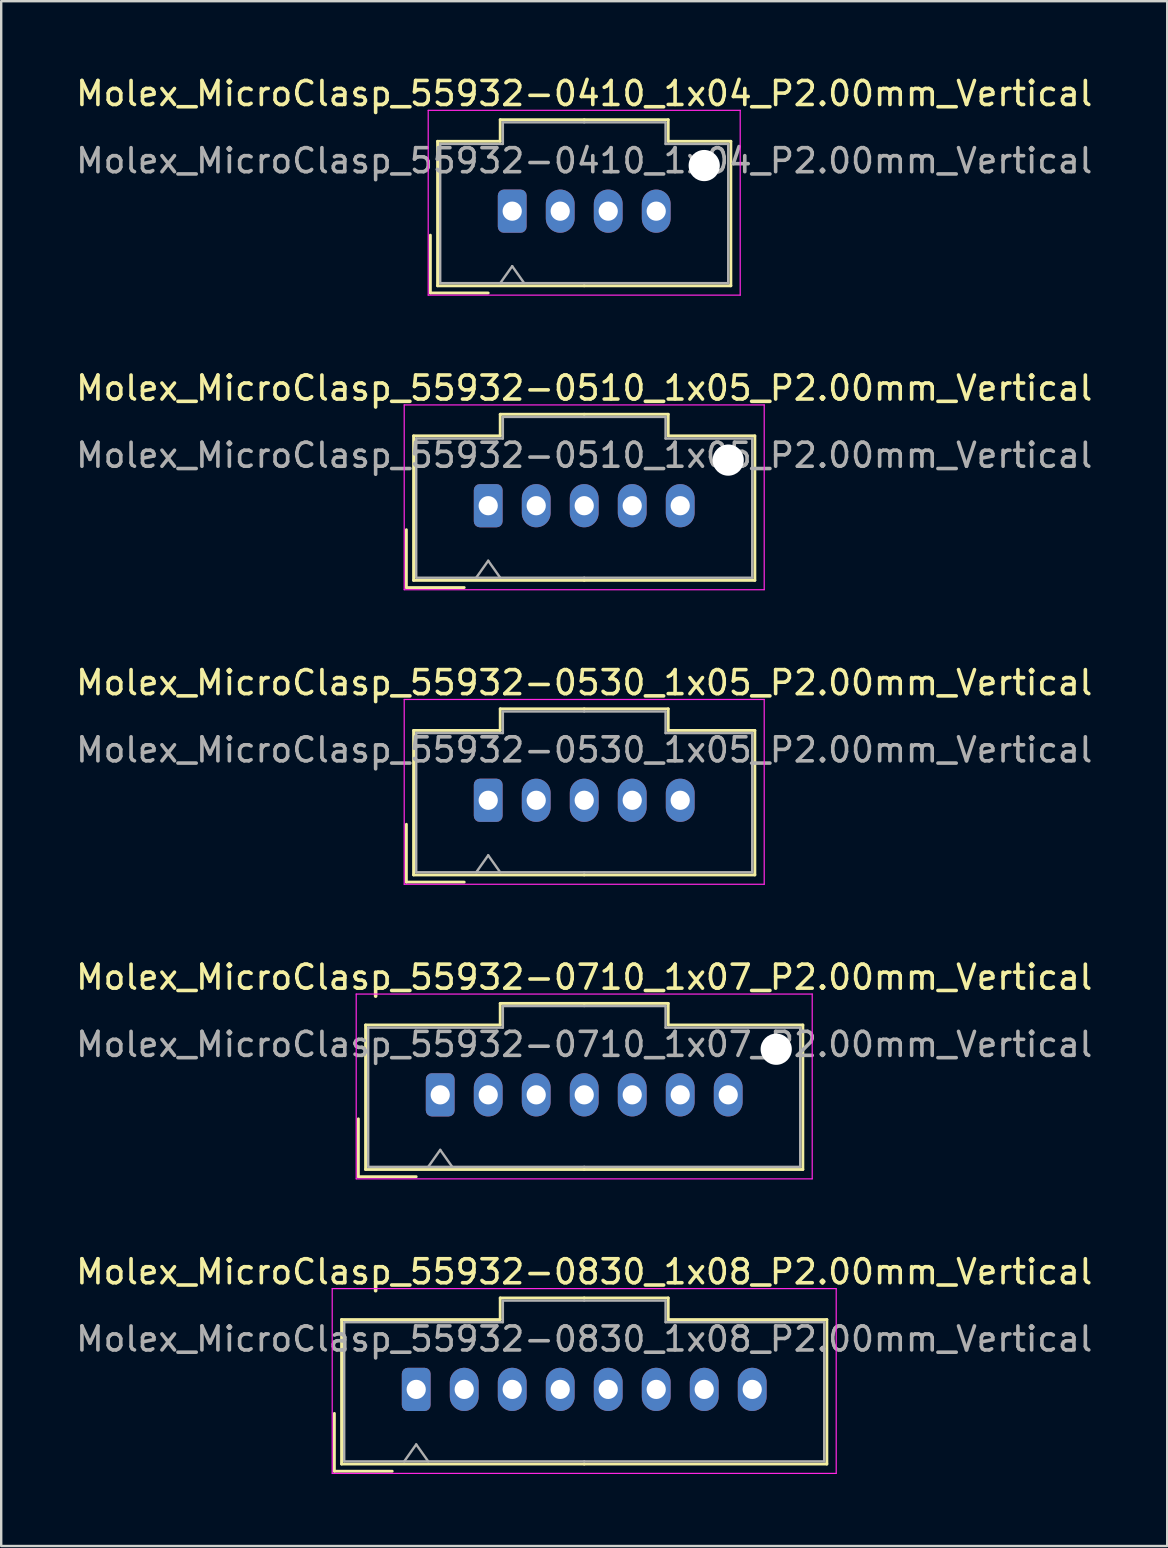
<source format=kicad_pcb>
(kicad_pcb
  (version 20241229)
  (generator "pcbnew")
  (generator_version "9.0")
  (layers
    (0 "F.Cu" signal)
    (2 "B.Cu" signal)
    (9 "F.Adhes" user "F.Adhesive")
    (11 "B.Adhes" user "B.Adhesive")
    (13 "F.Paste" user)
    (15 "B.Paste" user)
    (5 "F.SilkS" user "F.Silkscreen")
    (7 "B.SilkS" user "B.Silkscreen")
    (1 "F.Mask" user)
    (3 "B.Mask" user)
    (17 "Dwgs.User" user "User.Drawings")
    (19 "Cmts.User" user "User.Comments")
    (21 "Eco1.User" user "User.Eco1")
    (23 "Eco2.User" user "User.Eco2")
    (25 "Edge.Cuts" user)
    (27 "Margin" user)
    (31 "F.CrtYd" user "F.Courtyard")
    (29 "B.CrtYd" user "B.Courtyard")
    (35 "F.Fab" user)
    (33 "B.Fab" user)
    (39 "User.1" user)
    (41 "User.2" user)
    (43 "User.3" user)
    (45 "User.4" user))
  (footprint "Molex_MicroClasp_55932-0710_1x07_P2.00mm_Vertical"
    (layer "F.Cu")
    (at 15.292 42.568)
    (property "Reference" "Molex_MicroClasp_55932-0710_1x07_P2.00mm_Vertical" (at 6 -4.9 0) (layer "F.SilkS") (effects (font (size 1 1) (thickness 0.15))))
    (attr through_hole)
    (fp_line (start -3.41 1) (end -3.41 3.41) (stroke (width 0.12) (type solid)) (layer "F.SilkS"))
    (fp_line (start -3.41 3.41) (end -1 3.41) (stroke (width 0.12) (type solid)) (layer "F.SilkS"))
    (fp_line (start -3.11 -2.91) (end -3.11 3.11) (stroke (width 0.12) (type solid)) (layer "F.SilkS"))
    (fp_line (start -3.11 3.11) (end 6 3.11) (stroke (width 0.12) (type solid)) (layer "F.SilkS"))
    (fp_line (start 2.5 -3.81) (end 2.5 -2.91) (stroke (width 0.12) (type solid)) (layer "F.SilkS"))
    (fp_line (start 2.5 -2.91) (end -3.11 -2.91) (stroke (width 0.12) (type solid)) (layer "F.SilkS"))
    (fp_line (start 6 -3.81) (end 2.5 -3.81) (stroke (width 0.12) (type solid)) (layer "F.SilkS"))
    (fp_line (start 6 -3.81) (end 9.5 -3.81) (stroke (width 0.12) (type solid)) (layer "F.SilkS"))
    (fp_line (start 9.5 -3.81) (end 9.5 -2.91) (stroke (width 0.12) (type solid)) (layer "F.SilkS"))
    (fp_line (start 9.5 -2.91) (end 15.11 -2.91) (stroke (width 0.12) (type solid)) (layer "F.SilkS"))
    (fp_line (start 15.11 -2.91) (end 15.11 3.11) (stroke (width 0.12) (type solid)) (layer "F.SilkS"))
    (fp_line (start 15.11 3.11) (end 6 3.11) (stroke (width 0.12) (type solid)) (layer "F.SilkS"))
    (fp_line (start -3.5 -4.2) (end -3.5 3.5) (stroke (width 0.05) (type solid)) (layer "F.CrtYd"))
    (fp_line (start -3.5 3.5) (end 15.5 3.5) (stroke (width 0.05) (type solid)) (layer "F.CrtYd"))
    (fp_line (start 15.5 -4.2) (end -3.5 -4.2) (stroke (width 0.05) (type solid)) (layer "F.CrtYd"))
    (fp_line (start 15.5 3.5) (end 15.5 -4.2) (stroke (width 0.05) (type solid)) (layer "F.CrtYd"))
    (fp_line (start -3 -2.8) (end -3 3) (stroke (width 0.1) (type solid)) (layer "F.Fab"))
    (fp_line (start -3 3) (end 6 3) (stroke (width 0.1) (type solid)) (layer "F.Fab"))
    (fp_line (start -0.5 3) (end 0 2.293) (stroke (width 0.1) (type solid)) (layer "F.Fab"))
    (fp_line (start 0 2.293) (end 0.5 3) (stroke (width 0.1) (type solid)) (layer "F.Fab"))
    (fp_line (start 2.61 -3.7) (end 2.61 -2.8) (stroke (width 0.1) (type solid)) (layer "F.Fab"))
    (fp_line (start 2.61 -2.8) (end -3 -2.8) (stroke (width 0.1) (type solid)) (layer "F.Fab"))
    (fp_line (start 6 -3.7) (end 2.61 -3.7) (stroke (width 0.1) (type solid)) (layer "F.Fab"))
    (fp_line (start 6 -3.7) (end 9.39 -3.7) (stroke (width 0.1) (type solid)) (layer "F.Fab"))
    (fp_line (start 9.39 -3.7) (end 9.39 -2.8) (stroke (width 0.1) (type solid)) (layer "F.Fab"))
    (fp_line (start 9.39 -2.8) (end 15 -2.8) (stroke (width 0.1) (type solid)) (layer "F.Fab"))
    (fp_line (start 15 -2.8) (end 15 3) (stroke (width 0.1) (type solid)) (layer "F.Fab"))
    (fp_line (start 15 3) (end 6 3) (stroke (width 0.1) (type solid)) (layer "F.Fab"))
    (fp_text user "${REFERENCE}" (at 6 -2.1 0) (layer "F.Fab") (effects (font (size 1 1) (thickness 0.15))))
    (pad "" np_thru_hole circle (at 14 -1.9) (size 1.3 1.3) (drill 1.3) (layers "*.Cu" "*.Mask"))
    (pad "1" thru_hole roundrect (at 0 0) (size 1.2 1.8) (drill 0.8) (layers "*.Cu" "*.Mask") (roundrect_rratio 0.208))
    (pad "2" thru_hole oval (at 2 0) (size 1.2 1.8) (drill 0.8) (layers "*.Cu" "*.Mask"))
    (pad "3" thru_hole oval (at 4 0) (size 1.2 1.8) (drill 0.8) (layers "*.Cu" "*.Mask"))
    (pad "4" thru_hole oval (at 6 0) (size 1.2 1.8) (drill 0.8) (layers "*.Cu" "*.Mask"))
    (pad "5" thru_hole oval (at 8 0) (size 1.2 1.8) (drill 0.8) (layers "*.Cu" "*.Mask"))
    (pad "6" thru_hole oval (at 10 0) (size 1.2 1.8) (drill 0.8) (layers "*.Cu" "*.Mask"))
    (pad "7" thru_hole oval (at 12 0) (size 1.2 1.8) (drill 0.8) (layers "*.Cu" "*.Mask")))
  (footprint "Molex_MicroClasp_55932-0530_1x05_P2.00mm_Vertical"
    (layer "F.Cu")
    (at 17.292 30.295)
    (property "Reference" "Molex_MicroClasp_55932-0530_1x05_P2.00mm_Vertical" (at 4 -4.9 0) (layer "F.SilkS") (effects (font (size 1 1) (thickness 0.15))))
    (attr through_hole)
    (fp_line (start -3.41 1) (end -3.41 3.41) (stroke (width 0.12) (type solid)) (layer "F.SilkS"))
    (fp_line (start -3.41 3.41) (end -1 3.41) (stroke (width 0.12) (type solid)) (layer "F.SilkS"))
    (fp_line (start -3.11 -2.91) (end -3.11 3.11) (stroke (width 0.12) (type solid)) (layer "F.SilkS"))
    (fp_line (start -3.11 3.11) (end 4 3.11) (stroke (width 0.12) (type solid)) (layer "F.SilkS"))
    (fp_line (start 0.5 -3.81) (end 0.5 -2.91) (stroke (width 0.12) (type solid)) (layer "F.SilkS"))
    (fp_line (start 0.5 -2.91) (end -3.11 -2.91) (stroke (width 0.12) (type solid)) (layer "F.SilkS"))
    (fp_line (start 4 -3.81) (end 0.5 -3.81) (stroke (width 0.12) (type solid)) (layer "F.SilkS"))
    (fp_line (start 4 -3.81) (end 7.5 -3.81) (stroke (width 0.12) (type solid)) (layer "F.SilkS"))
    (fp_line (start 7.5 -3.81) (end 7.5 -2.91) (stroke (width 0.12) (type solid)) (layer "F.SilkS"))
    (fp_line (start 7.5 -2.91) (end 11.11 -2.91) (stroke (width 0.12) (type solid)) (layer "F.SilkS"))
    (fp_line (start 11.11 -2.91) (end 11.11 3.11) (stroke (width 0.12) (type solid)) (layer "F.SilkS"))
    (fp_line (start 11.11 3.11) (end 4 3.11) (stroke (width 0.12) (type solid)) (layer "F.SilkS"))
    (fp_line (start -3.5 -4.2) (end -3.5 3.5) (stroke (width 0.05) (type solid)) (layer "F.CrtYd"))
    (fp_line (start -3.5 3.5) (end 11.5 3.5) (stroke (width 0.05) (type solid)) (layer "F.CrtYd"))
    (fp_line (start 11.5 -4.2) (end -3.5 -4.2) (stroke (width 0.05) (type solid)) (layer "F.CrtYd"))
    (fp_line (start 11.5 3.5) (end 11.5 -4.2) (stroke (width 0.05) (type solid)) (layer "F.CrtYd"))
    (fp_line (start -3 -2.8) (end -3 3) (stroke (width 0.1) (type solid)) (layer "F.Fab"))
    (fp_line (start -3 3) (end 4 3) (stroke (width 0.1) (type solid)) (layer "F.Fab"))
    (fp_line (start -0.5 3) (end 0 2.293) (stroke (width 0.1) (type solid)) (layer "F.Fab"))
    (fp_line (start 0 2.293) (end 0.5 3) (stroke (width 0.1) (type solid)) (layer "F.Fab"))
    (fp_line (start 0.61 -3.7) (end 0.61 -2.8) (stroke (width 0.1) (type solid)) (layer "F.Fab"))
    (fp_line (start 0.61 -2.8) (end -3 -2.8) (stroke (width 0.1) (type solid)) (layer "F.Fab"))
    (fp_line (start 4 -3.7) (end 0.61 -3.7) (stroke (width 0.1) (type solid)) (layer "F.Fab"))
    (fp_line (start 4 -3.7) (end 7.39 -3.7) (stroke (width 0.1) (type solid)) (layer "F.Fab"))
    (fp_line (start 7.39 -3.7) (end 7.39 -2.8) (stroke (width 0.1) (type solid)) (layer "F.Fab"))
    (fp_line (start 7.39 -2.8) (end 11 -2.8) (stroke (width 0.1) (type solid)) (layer "F.Fab"))
    (fp_line (start 11 -2.8) (end 11 3) (stroke (width 0.1) (type solid)) (layer "F.Fab"))
    (fp_line (start 11 3) (end 4 3) (stroke (width 0.1) (type solid)) (layer "F.Fab"))
    (fp_text user "${REFERENCE}" (at 4 -2.1 0) (layer "F.Fab") (effects (font (size 1 1) (thickness 0.15))))
    (pad "1" thru_hole roundrect (at 0 0) (size 1.2 1.8) (drill 0.8) (layers "*.Cu" "*.Mask") (roundrect_rratio 0.208))
    (pad "2" thru_hole oval (at 2 0) (size 1.2 1.8) (drill 0.8) (layers "*.Cu" "*.Mask"))
    (pad "3" thru_hole oval (at 4 0) (size 1.2 1.8) (drill 0.8) (layers "*.Cu" "*.Mask"))
    (pad "4" thru_hole oval (at 6 0) (size 1.2 1.8) (drill 0.8) (layers "*.Cu" "*.Mask"))
    (pad "5" thru_hole oval (at 8 0) (size 1.2 1.8) (drill 0.8) (layers "*.Cu" "*.Mask")))
  (footprint "Molex_MicroClasp_55932-0510_1x05_P2.00mm_Vertical"
    (layer "F.Cu")
    (at 17.292 18.021)
    (property "Reference" "Molex_MicroClasp_55932-0510_1x05_P2.00mm_Vertical" (at 4 -4.9 0) (layer "F.SilkS") (effects (font (size 1 1) (thickness 0.15))))
    (attr through_hole)
    (fp_line (start -3.41 1) (end -3.41 3.41) (stroke (width 0.12) (type solid)) (layer "F.SilkS"))
    (fp_line (start -3.41 3.41) (end -1 3.41) (stroke (width 0.12) (type solid)) (layer "F.SilkS"))
    (fp_line (start -3.11 -2.91) (end -3.11 3.11) (stroke (width 0.12) (type solid)) (layer "F.SilkS"))
    (fp_line (start -3.11 3.11) (end 4 3.11) (stroke (width 0.12) (type solid)) (layer "F.SilkS"))
    (fp_line (start 0.5 -3.81) (end 0.5 -2.91) (stroke (width 0.12) (type solid)) (layer "F.SilkS"))
    (fp_line (start 0.5 -2.91) (end -3.11 -2.91) (stroke (width 0.12) (type solid)) (layer "F.SilkS"))
    (fp_line (start 4 -3.81) (end 0.5 -3.81) (stroke (width 0.12) (type solid)) (layer "F.SilkS"))
    (fp_line (start 4 -3.81) (end 7.5 -3.81) (stroke (width 0.12) (type solid)) (layer "F.SilkS"))
    (fp_line (start 7.5 -3.81) (end 7.5 -2.91) (stroke (width 0.12) (type solid)) (layer "F.SilkS"))
    (fp_line (start 7.5 -2.91) (end 11.11 -2.91) (stroke (width 0.12) (type solid)) (layer "F.SilkS"))
    (fp_line (start 11.11 -2.91) (end 11.11 3.11) (stroke (width 0.12) (type solid)) (layer "F.SilkS"))
    (fp_line (start 11.11 3.11) (end 4 3.11) (stroke (width 0.12) (type solid)) (layer "F.SilkS"))
    (fp_line (start -3.5 -4.2) (end -3.5 3.5) (stroke (width 0.05) (type solid)) (layer "F.CrtYd"))
    (fp_line (start -3.5 3.5) (end 11.5 3.5) (stroke (width 0.05) (type solid)) (layer "F.CrtYd"))
    (fp_line (start 11.5 -4.2) (end -3.5 -4.2) (stroke (width 0.05) (type solid)) (layer "F.CrtYd"))
    (fp_line (start 11.5 3.5) (end 11.5 -4.2) (stroke (width 0.05) (type solid)) (layer "F.CrtYd"))
    (fp_line (start -3 -2.8) (end -3 3) (stroke (width 0.1) (type solid)) (layer "F.Fab"))
    (fp_line (start -3 3) (end 4 3) (stroke (width 0.1) (type solid)) (layer "F.Fab"))
    (fp_line (start -0.5 3) (end 0 2.293) (stroke (width 0.1) (type solid)) (layer "F.Fab"))
    (fp_line (start 0 2.293) (end 0.5 3) (stroke (width 0.1) (type solid)) (layer "F.Fab"))
    (fp_line (start 0.61 -3.7) (end 0.61 -2.8) (stroke (width 0.1) (type solid)) (layer "F.Fab"))
    (fp_line (start 0.61 -2.8) (end -3 -2.8) (stroke (width 0.1) (type solid)) (layer "F.Fab"))
    (fp_line (start 4 -3.7) (end 0.61 -3.7) (stroke (width 0.1) (type solid)) (layer "F.Fab"))
    (fp_line (start 4 -3.7) (end 7.39 -3.7) (stroke (width 0.1) (type solid)) (layer "F.Fab"))
    (fp_line (start 7.39 -3.7) (end 7.39 -2.8) (stroke (width 0.1) (type solid)) (layer "F.Fab"))
    (fp_line (start 7.39 -2.8) (end 11 -2.8) (stroke (width 0.1) (type solid)) (layer "F.Fab"))
    (fp_line (start 11 -2.8) (end 11 3) (stroke (width 0.1) (type solid)) (layer "F.Fab"))
    (fp_line (start 11 3) (end 4 3) (stroke (width 0.1) (type solid)) (layer "F.Fab"))
    (fp_text user "${REFERENCE}" (at 4 -2.1 0) (layer "F.Fab") (effects (font (size 1 1) (thickness 0.15))))
    (pad "" np_thru_hole circle (at 10 -1.9) (size 1.3 1.3) (drill 1.3) (layers "*.Cu" "*.Mask"))
    (pad "1" thru_hole roundrect (at 0 0) (size 1.2 1.8) (drill 0.8) (layers "*.Cu" "*.Mask") (roundrect_rratio 0.208))
    (pad "2" thru_hole oval (at 2 0) (size 1.2 1.8) (drill 0.8) (layers "*.Cu" "*.Mask"))
    (pad "3" thru_hole oval (at 4 0) (size 1.2 1.8) (drill 0.8) (layers "*.Cu" "*.Mask"))
    (pad "4" thru_hole oval (at 6 0) (size 1.2 1.8) (drill 0.8) (layers "*.Cu" "*.Mask"))
    (pad "5" thru_hole oval (at 8 0) (size 1.2 1.8) (drill 0.8) (layers "*.Cu" "*.Mask")))
  (footprint "Molex_MicroClasp_55932-0830_1x08_P2.00mm_Vertical"
    (layer "F.Cu")
    (at 14.292 54.841)
    (property "Reference" "Molex_MicroClasp_55932-0830_1x08_P2.00mm_Vertical" (at 7 -4.9 0) (layer "F.SilkS") (effects (font (size 1 1) (thickness 0.15))))
    (attr through_hole)
    (fp_line (start -3.41 1) (end -3.41 3.41) (stroke (width 0.12) (type solid)) (layer "F.SilkS"))
    (fp_line (start -3.41 3.41) (end -1 3.41) (stroke (width 0.12) (type solid)) (layer "F.SilkS"))
    (fp_line (start -3.11 -2.91) (end -3.11 3.11) (stroke (width 0.12) (type solid)) (layer "F.SilkS"))
    (fp_line (start -3.11 3.11) (end 7 3.11) (stroke (width 0.12) (type solid)) (layer "F.SilkS"))
    (fp_line (start 3.5 -3.81) (end 3.5 -2.91) (stroke (width 0.12) (type solid)) (layer "F.SilkS"))
    (fp_line (start 3.5 -2.91) (end -3.11 -2.91) (stroke (width 0.12) (type solid)) (layer "F.SilkS"))
    (fp_line (start 7 -3.81) (end 3.5 -3.81) (stroke (width 0.12) (type solid)) (layer "F.SilkS"))
    (fp_line (start 7 -3.81) (end 10.5 -3.81) (stroke (width 0.12) (type solid)) (layer "F.SilkS"))
    (fp_line (start 10.5 -3.81) (end 10.5 -2.91) (stroke (width 0.12) (type solid)) (layer "F.SilkS"))
    (fp_line (start 10.5 -2.91) (end 17.11 -2.91) (stroke (width 0.12) (type solid)) (layer "F.SilkS"))
    (fp_line (start 17.11 -2.91) (end 17.11 3.11) (stroke (width 0.12) (type solid)) (layer "F.SilkS"))
    (fp_line (start 17.11 3.11) (end 7 3.11) (stroke (width 0.12) (type solid)) (layer "F.SilkS"))
    (fp_line (start -3.5 -4.2) (end -3.5 3.5) (stroke (width 0.05) (type solid)) (layer "F.CrtYd"))
    (fp_line (start -3.5 3.5) (end 17.5 3.5) (stroke (width 0.05) (type solid)) (layer "F.CrtYd"))
    (fp_line (start 17.5 -4.2) (end -3.5 -4.2) (stroke (width 0.05) (type solid)) (layer "F.CrtYd"))
    (fp_line (start 17.5 3.5) (end 17.5 -4.2) (stroke (width 0.05) (type solid)) (layer "F.CrtYd"))
    (fp_line (start -3 -2.8) (end -3 3) (stroke (width 0.1) (type solid)) (layer "F.Fab"))
    (fp_line (start -3 3) (end 7 3) (stroke (width 0.1) (type solid)) (layer "F.Fab"))
    (fp_line (start -0.5 3) (end 0 2.293) (stroke (width 0.1) (type solid)) (layer "F.Fab"))
    (fp_line (start 0 2.293) (end 0.5 3) (stroke (width 0.1) (type solid)) (layer "F.Fab"))
    (fp_line (start 3.61 -3.7) (end 3.61 -2.8) (stroke (width 0.1) (type solid)) (layer "F.Fab"))
    (fp_line (start 3.61 -2.8) (end -3 -2.8) (stroke (width 0.1) (type solid)) (layer "F.Fab"))
    (fp_line (start 7 -3.7) (end 3.61 -3.7) (stroke (width 0.1) (type solid)) (layer "F.Fab"))
    (fp_line (start 7 -3.7) (end 10.39 -3.7) (stroke (width 0.1) (type solid)) (layer "F.Fab"))
    (fp_line (start 10.39 -3.7) (end 10.39 -2.8) (stroke (width 0.1) (type solid)) (layer "F.Fab"))
    (fp_line (start 10.39 -2.8) (end 17 -2.8) (stroke (width 0.1) (type solid)) (layer "F.Fab"))
    (fp_line (start 17 -2.8) (end 17 3) (stroke (width 0.1) (type solid)) (layer "F.Fab"))
    (fp_line (start 17 3) (end 7 3) (stroke (width 0.1) (type solid)) (layer "F.Fab"))
    (fp_text user "${REFERENCE}" (at 7 -2.1 0) (layer "F.Fab") (effects (font (size 1 1) (thickness 0.15))))
    (pad "1" thru_hole roundrect (at 0 0) (size 1.2 1.8) (drill 0.8) (layers "*.Cu" "*.Mask") (roundrect_rratio 0.208))
    (pad "2" thru_hole oval (at 2 0) (size 1.2 1.8) (drill 0.8) (layers "*.Cu" "*.Mask"))
    (pad "3" thru_hole oval (at 4 0) (size 1.2 1.8) (drill 0.8) (layers "*.Cu" "*.Mask"))
    (pad "4" thru_hole oval (at 6 0) (size 1.2 1.8) (drill 0.8) (layers "*.Cu" "*.Mask"))
    (pad "5" thru_hole oval (at 8 0) (size 1.2 1.8) (drill 0.8) (layers "*.Cu" "*.Mask"))
    (pad "6" thru_hole oval (at 10 0) (size 1.2 1.8) (drill 0.8) (layers "*.Cu" "*.Mask"))
    (pad "7" thru_hole oval (at 12 0) (size 1.2 1.8) (drill 0.8) (layers "*.Cu" "*.Mask"))
    (pad "8" thru_hole oval (at 14 0) (size 1.2 1.8) (drill 0.8) (layers "*.Cu" "*.Mask")))
  (footprint "Molex_MicroClasp_55932-0410_1x04_P2.00mm_Vertical"
    (layer "F.Cu")
    (at 18.292 5.748)
    (property "Reference" "Molex_MicroClasp_55932-0410_1x04_P2.00mm_Vertical" (at 3 -4.9 0) (layer "F.SilkS") (effects (font (size 1 1) (thickness 0.15))))
    (attr through_hole)
    (fp_line (start -3.41 1) (end -3.41 3.41) (stroke (width 0.12) (type solid)) (layer "F.SilkS"))
    (fp_line (start -3.41 3.41) (end -1 3.41) (stroke (width 0.12) (type solid)) (layer "F.SilkS"))
    (fp_line (start -3.11 -2.91) (end -3.11 3.11) (stroke (width 0.12) (type solid)) (layer "F.SilkS"))
    (fp_line (start -3.11 3.11) (end 3 3.11) (stroke (width 0.12) (type solid)) (layer "F.SilkS"))
    (fp_line (start -0.5 -3.81) (end -0.5 -2.91) (stroke (width 0.12) (type solid)) (layer "F.SilkS"))
    (fp_line (start -0.5 -2.91) (end -3.11 -2.91) (stroke (width 0.12) (type solid)) (layer "F.SilkS"))
    (fp_line (start 3 -3.81) (end -0.5 -3.81) (stroke (width 0.12) (type solid)) (layer "F.SilkS"))
    (fp_line (start 3 -3.81) (end 6.5 -3.81) (stroke (width 0.12) (type solid)) (layer "F.SilkS"))
    (fp_line (start 6.5 -3.81) (end 6.5 -2.91) (stroke (width 0.12) (type solid)) (layer "F.SilkS"))
    (fp_line (start 6.5 -2.91) (end 9.11 -2.91) (stroke (width 0.12) (type solid)) (layer "F.SilkS"))
    (fp_line (start 9.11 -2.91) (end 9.11 3.11) (stroke (width 0.12) (type solid)) (layer "F.SilkS"))
    (fp_line (start 9.11 3.11) (end 3 3.11) (stroke (width 0.12) (type solid)) (layer "F.SilkS"))
    (fp_line (start -3.5 -4.2) (end -3.5 3.5) (stroke (width 0.05) (type solid)) (layer "F.CrtYd"))
    (fp_line (start -3.5 3.5) (end 9.5 3.5) (stroke (width 0.05) (type solid)) (layer "F.CrtYd"))
    (fp_line (start 9.5 -4.2) (end -3.5 -4.2) (stroke (width 0.05) (type solid)) (layer "F.CrtYd"))
    (fp_line (start 9.5 3.5) (end 9.5 -4.2) (stroke (width 0.05) (type solid)) (layer "F.CrtYd"))
    (fp_line (start -3 -2.8) (end -3 3) (stroke (width 0.1) (type solid)) (layer "F.Fab"))
    (fp_line (start -3 3) (end 3 3) (stroke (width 0.1) (type solid)) (layer "F.Fab"))
    (fp_line (start -0.5 3) (end 0 2.293) (stroke (width 0.1) (type solid)) (layer "F.Fab"))
    (fp_line (start -0.39 -3.7) (end -0.39 -2.8) (stroke (width 0.1) (type solid)) (layer "F.Fab"))
    (fp_line (start -0.39 -2.8) (end -3 -2.8) (stroke (width 0.1) (type solid)) (layer "F.Fab"))
    (fp_line (start 0 2.293) (end 0.5 3) (stroke (width 0.1) (type solid)) (layer "F.Fab"))
    (fp_line (start 3 -3.7) (end -0.39 -3.7) (stroke (width 0.1) (type solid)) (layer "F.Fab"))
    (fp_line (start 3 -3.7) (end 6.39 -3.7) (stroke (width 0.1) (type solid)) (layer "F.Fab"))
    (fp_line (start 6.39 -3.7) (end 6.39 -2.8) (stroke (width 0.1) (type solid)) (layer "F.Fab"))
    (fp_line (start 6.39 -2.8) (end 9 -2.8) (stroke (width 0.1) (type solid)) (layer "F.Fab"))
    (fp_line (start 9 -2.8) (end 9 3) (stroke (width 0.1) (type solid)) (layer "F.Fab"))
    (fp_line (start 9 3) (end 3 3) (stroke (width 0.1) (type solid)) (layer "F.Fab"))
    (fp_text user "${REFERENCE}" (at 3 -2.1 0) (layer "F.Fab") (effects (font (size 1 1) (thickness 0.15))))
    (pad "" np_thru_hole circle (at 8 -1.9) (size 1.3 1.3) (drill 1.3) (layers "*.Cu" "*.Mask"))
    (pad "1" thru_hole roundrect (at 0 0) (size 1.2 1.8) (drill 0.8) (layers "*.Cu" "*.Mask") (roundrect_rratio 0.208))
    (pad "2" thru_hole oval (at 2 0) (size 1.2 1.8) (drill 0.8) (layers "*.Cu" "*.Mask"))
    (pad "3" thru_hole oval (at 4 0) (size 1.2 1.8) (drill 0.8) (layers "*.Cu" "*.Mask"))
    (pad "4" thru_hole oval (at 6 0) (size 1.2 1.8) (drill 0.8) (layers "*.Cu" "*.Mask")))
  (gr_rect
    (start -3 -3)
    (end 45.583 61.366)
    (stroke (width 0.1) (type default))
    (fill no)
    (layer "Edge.Cuts")))
</source>
